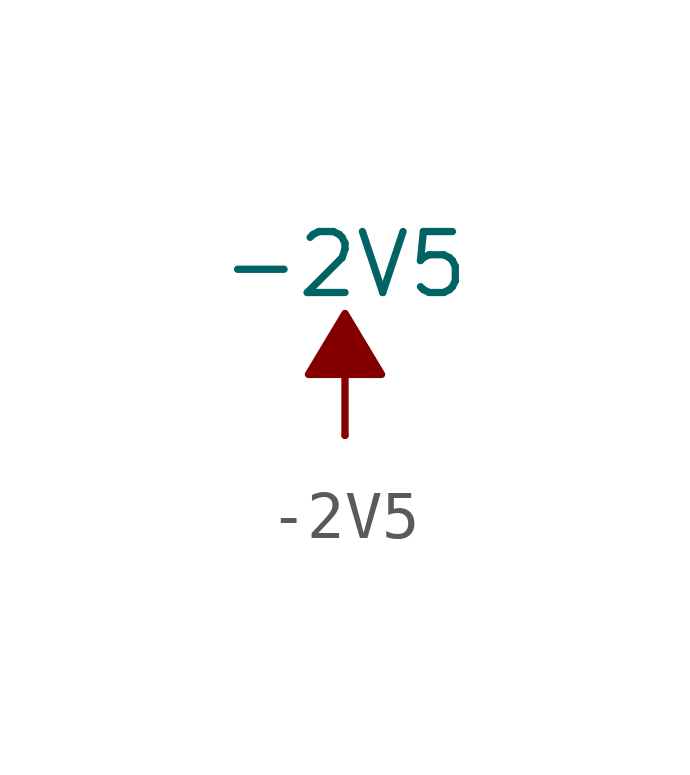
<source format=kicad_sym>
(kicad_symbol_lib
  (version 20241209)
  (generator "kicad_symbol_editor")
  (generator_version "9.0")
  (symbol "-2V5"
    (power)
    (pin_numbers
      (hide yes))
    (pin_names
      (offset 0)
      (hide yes))
    (property "Reference" "#PWR"
      (at 0 -3.81 0)
      (effects (font (size 1.27 1.27)) (hide yes)))
    (property "Value" "-2V5"
      (at 0 3.556 0)
      (effects (font (size 1.27 1.27))))
    (symbol "-2V5_0_0"
      (pin power_in line (at 0 0 90) (length 0) (name "~" (effects (font (size 1.27 1.27)))) (number "1" (effects (font (size 1.27 1.27))))))
    (symbol "-2V5_0_1"
      (polyline (pts (xy 0 0) (xy 0 1.27) (xy 0.762 1.27) (xy 0 2.54) (xy -0.762 1.27) (xy 0 1.27)) (stroke (width 0) (type default)) (fill (type outline))))))
</source>
